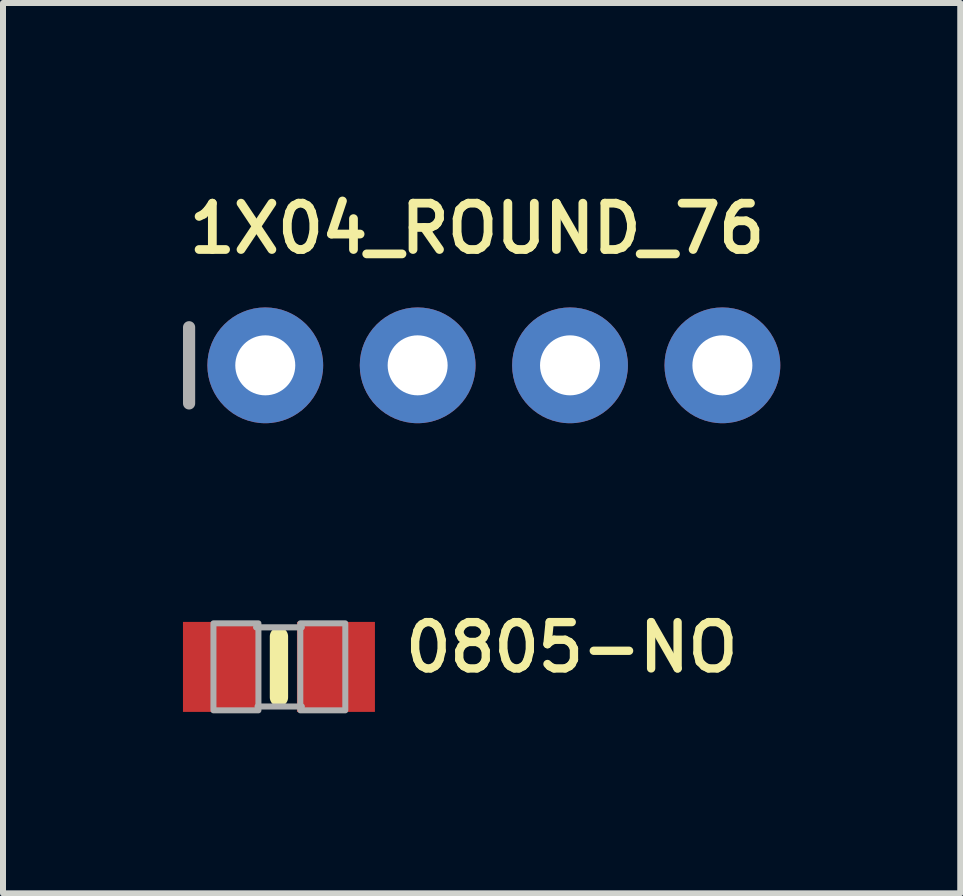
<source format=kicad_pcb>
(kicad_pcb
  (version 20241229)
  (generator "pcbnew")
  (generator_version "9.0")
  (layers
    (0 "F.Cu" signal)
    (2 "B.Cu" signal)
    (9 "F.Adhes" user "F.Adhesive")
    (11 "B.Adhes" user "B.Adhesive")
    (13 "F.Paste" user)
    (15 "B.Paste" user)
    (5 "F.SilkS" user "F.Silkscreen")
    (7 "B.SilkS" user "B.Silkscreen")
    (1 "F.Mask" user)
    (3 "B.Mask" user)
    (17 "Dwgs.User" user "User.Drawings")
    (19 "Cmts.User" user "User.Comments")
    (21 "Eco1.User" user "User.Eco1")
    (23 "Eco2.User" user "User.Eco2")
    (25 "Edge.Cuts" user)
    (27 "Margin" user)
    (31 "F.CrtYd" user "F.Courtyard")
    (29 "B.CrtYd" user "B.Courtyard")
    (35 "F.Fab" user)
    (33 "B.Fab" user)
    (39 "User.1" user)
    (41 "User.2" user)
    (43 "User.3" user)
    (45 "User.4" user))
  (footprint "0805-NO"
    (layer "F.Cu")
    (at 1.6 8.067)
    (property "Reference" "0805-NO" (at 2.032 0.127 0) (layer "F.SilkS") (effects (font (size 0.772 0.772) (thickness 0.139)) (justify left bottom)))
    (attr through_hole)
    (fp_line (start 0 -0.508) (end 0 0.508) (stroke (width 0.305) (type solid)) (layer "F.SilkS"))
    (fp_line (start -0.381 -0.66) (end 0.381 -0.66) (stroke (width 0.102) (type solid)) (layer "F.Fab"))
    (fp_line (start -0.356 0.66) (end 0.381 0.66) (stroke (width 0.102) (type solid)) (layer "F.Fab"))
    (fp_poly (pts (xy -1.092 0.724) (xy -0.342 0.724) (xy -0.342 -0.726) (xy -1.092 -0.726)) (stroke (width 0.1) (type solid)) (fill no) (layer "F.Fab"))
    (fp_poly (pts (xy 0.356 0.724) (xy 1.106 0.724) (xy 1.106 -0.726) (xy 0.356 -0.726)) (stroke (width 0.1) (type solid)) (fill no) (layer "F.Fab"))
    (pad "1" smd rect (at -0.95 0) (size 1.3 1.5) (layers "F.Cu" "F.Mask" "F.Paste"))
    (pad "2" smd rect (at 0.95 0) (size 1.3 1.5) (layers "F.Cu" "F.Mask" "F.Paste")))
  (footprint "1X04_ROUND_76"
    (layer "F.Cu")
    (at 5.182 3.04)
    (property "Reference" "1X04_ROUND_76" (at -5.156 -1.829 0) (layer "F.SilkS") (effects (font (size 0.772 0.772) (thickness 0.146)) (justify left bottom)))
    (attr through_hole)
    (fp_line (start -5.08 -0.635) (end -5.08 0.635) (stroke (width 0.203) (type solid)) (layer "F.Fab"))
    (fp_poly (pts (xy -4.064 0.254) (xy -3.556 0.254) (xy -3.556 -0.254) (xy -4.064 -0.254)) (stroke (width 0.1) (type solid)) (fill no) (layer "F.Fab"))
    (fp_poly (pts (xy -1.524 0.254) (xy -1.016 0.254) (xy -1.016 -0.254) (xy -1.524 -0.254)) (stroke (width 0.1) (type solid)) (fill no) (layer "F.Fab"))
    (fp_poly (pts (xy 1.016 0.254) (xy 1.524 0.254) (xy 1.524 -0.254) (xy 1.016 -0.254)) (stroke (width 0.1) (type solid)) (fill no) (layer "F.Fab"))
    (fp_poly (pts (xy 3.556 0.254) (xy 4.064 0.254) (xy 4.064 -0.254) (xy 3.556 -0.254)) (stroke (width 0.1) (type solid)) (fill no) (layer "F.Fab"))
    (pad "1" thru_hole circle (at -3.81 0 90) (size 1.93 1.93) (drill 1) (layers "*.Cu" "*.Mask"))
    (pad "2" thru_hole circle (at -1.27 0 90) (size 1.93 1.93) (drill 1) (layers "*.Cu" "*.Mask"))
    (pad "3" thru_hole circle (at 1.27 0 90) (size 1.93 1.93) (drill 1) (layers "*.Cu" "*.Mask"))
    (pad "4" thru_hole circle (at 3.81 0 90) (size 1.93 1.93) (drill 1) (layers "*.Cu" "*.Mask")))
  (gr_rect
    (start -3 -3)
    (end 12.957 11.841)
    (stroke (width 0.1) (type default))
    (fill no)
    (layer "Edge.Cuts")))
</source>
